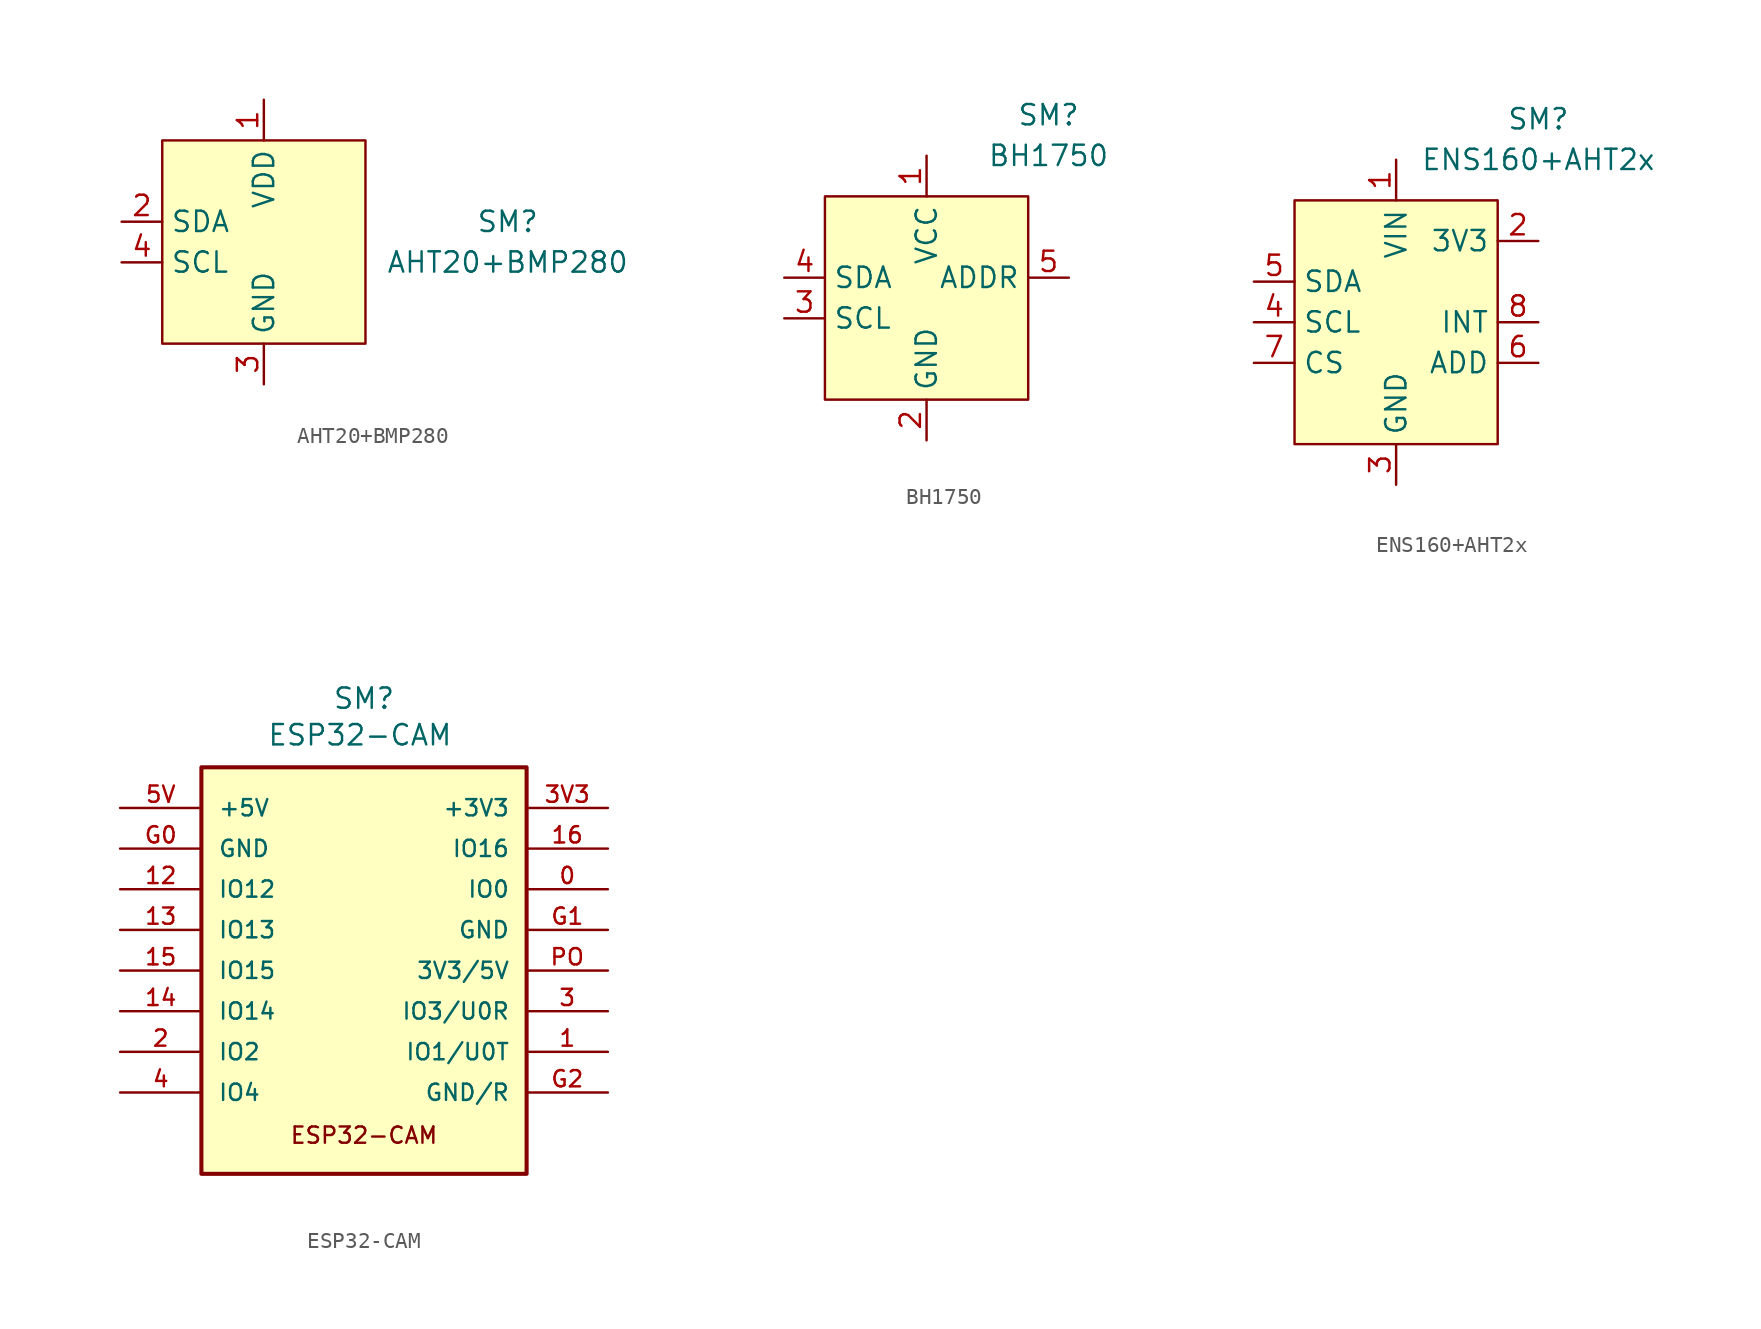
<source format=kicad_sym>
(kicad_symbol_lib
  (version 20231120)
  (generator "kicad_symbol_editor")
  (generator_version "8.0")
  (symbol "AHT20+BMP280"
    (property "Reference" "SM"
      (at 15.24 1.27 0)
      (effects (font (size 1.27 1.27))))
    (property "Value" "AHT20+BMP280"
      (at 15.24 -1.27 0)
      (effects (font (size 1.27 1.27))))
    (symbol "AHT20+BMP280_0_1"
      (rectangle (start -6.35 6.35) (end 6.35 -6.35) (stroke (width 0) (type default)) (fill (type background))))
    (symbol "AHT20+BMP280_1_1"
      (pin power_in line (at 0 8.89 270) (length 2.54) (name "VDD" (effects (font (size 1.27 1.27)))) (number "1" (effects (font (size 1.27 1.27)))))
      (pin bidirectional line (at -8.89 1.27 0) (length 2.54) (name "SDA" (effects (font (size 1.27 1.27)))) (number "2" (effects (font (size 1.27 1.27)))))
      (pin power_in line (at 0 -8.89 90) (length 2.54) (name "GND" (effects (font (size 1.27 1.27)))) (number "3" (effects (font (size 1.27 1.27)))))
      (pin input line (at -8.89 -1.27 0) (length 2.54) (name "SCL" (effects (font (size 1.27 1.27)))) (number "4" (effects (font (size 1.27 1.27)))))))
  (symbol "BH1750"
    (property "Reference" "SM"
      (at 7.62 11.43 0)
      (effects (font (size 1.27 1.27))))
    (property "Value" "BH1750"
      (at 7.62 8.89 0)
      (effects (font (size 1.27 1.27))))
    (symbol "BH1750_0_1"
      (rectangle (start -6.35 6.35) (end 6.35 -6.35) (stroke (width 0) (type default)) (fill (type background))))
    (symbol "BH1750_1_1"
      (pin power_in line (at 0 8.89 270) (length 2.54) (name "VCC" (effects (font (size 1.27 1.27)))) (number "1" (effects (font (size 1.27 1.27)))))
      (pin power_in line (at 0 -8.89 90) (length 2.54) (name "GND" (effects (font (size 1.27 1.27)))) (number "2" (effects (font (size 1.27 1.27)))))
      (pin input line (at -8.89 -1.27 0) (length 2.54) (name "SCL" (effects (font (size 1.27 1.27)))) (number "3" (effects (font (size 1.27 1.27)))))
      (pin bidirectional line (at -8.89 1.27 0) (length 2.54) (name "SDA" (effects (font (size 1.27 1.27)))) (number "4" (effects (font (size 1.27 1.27)))))
      (pin input line (at 8.89 1.27 180) (length 2.54) (name "ADDR" (effects (font (size 1.27 1.27)))) (number "5" (effects (font (size 1.27 1.27)))))))
  (symbol "ENS160+AHT2x"
    (property "Reference" "SM"
      (at 8.89 12.7 0)
      (effects (font (size 1.27 1.27))))
    (property "Value" "ENS160+AHT2x"
      (at 8.89 10.16 0)
      (effects (font (size 1.27 1.27))))
    (symbol "ENS160+AHT2x_0_1"
      (rectangle (start -6.35 7.62) (end 6.35 -7.62) (stroke (width 0) (type default)) (fill (type background))))
    (symbol "ENS160+AHT2x_1_1"
      (pin power_in line (at 0 10.16 270) (length 2.54) (name "VIN" (effects (font (size 1.27 1.27)))) (number "1" (effects (font (size 1.27 1.27)))))
      (pin power_out line (at 8.89 5.08 180) (length 2.54) (name "3V3" (effects (font (size 1.27 1.27)))) (number "2" (effects (font (size 1.27 1.27)))))
      (pin power_in line (at 0 -10.16 90) (length 2.54) (name "GND" (effects (font (size 1.27 1.27)))) (number "3" (effects (font (size 1.27 1.27)))))
      (pin input line (at -8.89 0 0) (length 2.54) (name "SCL" (effects (font (size 1.27 1.27)))) (number "4" (effects (font (size 1.27 1.27)))))
      (pin bidirectional line (at -8.89 2.54 0) (length 2.54) (name "SDA" (effects (font (size 1.27 1.27)))) (number "5" (effects (font (size 1.27 1.27)))))
      (pin input line (at 8.89 -2.54 180) (length 2.54) (name "ADD" (effects (font (size 1.27 1.27)))) (number "6" (effects (font (size 1.27 1.27)))))
      (pin input line (at -8.89 -2.54 0) (length 2.54) (name "CS" (effects (font (size 1.27 1.27)))) (number "7" (effects (font (size 1.27 1.27)))))
      (pin output line (at 8.89 0 180) (length 2.54) (name "INT" (effects (font (size 1.27 1.27)))) (number "8" (effects (font (size 1.27 1.27)))))))
  (symbol "ESP32-CAM"
    (pin_names
      (offset 1.016))
    (property "Reference" "SM"
      (at 0 16.256 0)
      (effects (font (size 1.27 1.27)) (justify bottom)))
    (property "Value" "ESP32-CAM"
      (at -0.254 13.97 0)
      (effects (font (size 1.27 1.27)) (justify bottom)))
    (symbol "ESP32-CAM_0_0"
      (rectangle (start -10.16 12.7) (end 10.16 -12.7) (stroke (width 0.254) (type default)) (fill (type background)))
      (pin bidirectional line (at 15.24 5.08 180) (length 5.08) (name "IO0" (effects (font (size 1.016 1.016)))) (number "0" (effects (font (size 1.016 1.016)))))
      (pin bidirectional line (at 15.24 -5.08 180) (length 5.08) (name "IO1/U0T" (effects (font (size 1.016 1.016)))) (number "1" (effects (font (size 1.016 1.016)))))
      (pin bidirectional line (at -15.24 5.08 0) (length 5.08) (name "IO12" (effects (font (size 1.016 1.016)))) (number "12" (effects (font (size 1.016 1.016)))))
      (pin bidirectional line (at -15.24 2.54 0) (length 5.08) (name "IO13" (effects (font (size 1.016 1.016)))) (number "13" (effects (font (size 1.016 1.016)))))
      (pin bidirectional line (at -15.24 -2.54 0) (length 5.08) (name "IO14" (effects (font (size 1.016 1.016)))) (number "14" (effects (font (size 1.016 1.016)))))
      (pin bidirectional line (at -15.24 0 0) (length 5.08) (name "IO15" (effects (font (size 1.016 1.016)))) (number "15" (effects (font (size 1.016 1.016)))))
      (pin bidirectional line (at 15.24 7.62 180) (length 5.08) (name "IO16" (effects (font (size 1.016 1.016)))) (number "16" (effects (font (size 1.016 1.016)))))
      (pin bidirectional line (at -15.24 -5.08 0) (length 5.08) (name "IO2" (effects (font (size 1.016 1.016)))) (number "2" (effects (font (size 1.016 1.016)))))
      (pin bidirectional line (at 15.24 -2.54 180) (length 5.08) (name "IO3/U0R" (effects (font (size 1.016 1.016)))) (number "3" (effects (font (size 1.016 1.016)))))
      (pin bidirectional line (at -15.24 -7.62 0) (length 5.08) (name "IO4" (effects (font (size 1.016 1.016)))) (number "4" (effects (font (size 1.016 1.016))))))
    (symbol "ESP32-CAM_1_0"
      (pin power_in line (at 15.24 10.16 180) (length 5.08) (name "+3V3" (effects (font (size 1.016 1.016)))) (number "3V3" (effects (font (size 1.016 1.016)))))
      (pin power_in line (at -15.24 10.16 0) (length 5.08) (name "+5V" (effects (font (size 1.016 1.016)))) (number "5V" (effects (font (size 1.016 1.016)))))
      (pin power_in line (at -15.24 7.62 0) (length 5.08) (name "GND" (effects (font (size 1.016 1.016)))) (number "G0" (effects (font (size 1.016 1.016)))))
      (pin power_in line (at 15.24 2.54 180) (length 5.08) (name "GND" (effects (font (size 1.016 1.016)))) (number "G1" (effects (font (size 1.016 1.016)))))
      (pin power_in line (at 15.24 -7.62 180) (length 5.08) (name "GND/R" (effects (font (size 1.016 1.016)))) (number "G2" (effects (font (size 1.016 1.016)))))
      (pin power_out line (at 15.24 0 180) (length 5.08) (name "3V3/5V" (effects (font (size 1.016 1.016)))) (number "PO" (effects (font (size 1.016 1.016))))))
    (symbol "ESP32-CAM_1_1"
      (text_box "ESP32-CAM" (at -7.62 -8.89 0) (size 15.24 -2.54) (stroke (width -0.0001) (type default)) (fill (type none)) (effects (font (size 1.016 1.016)) (justify top))))))
</source>
